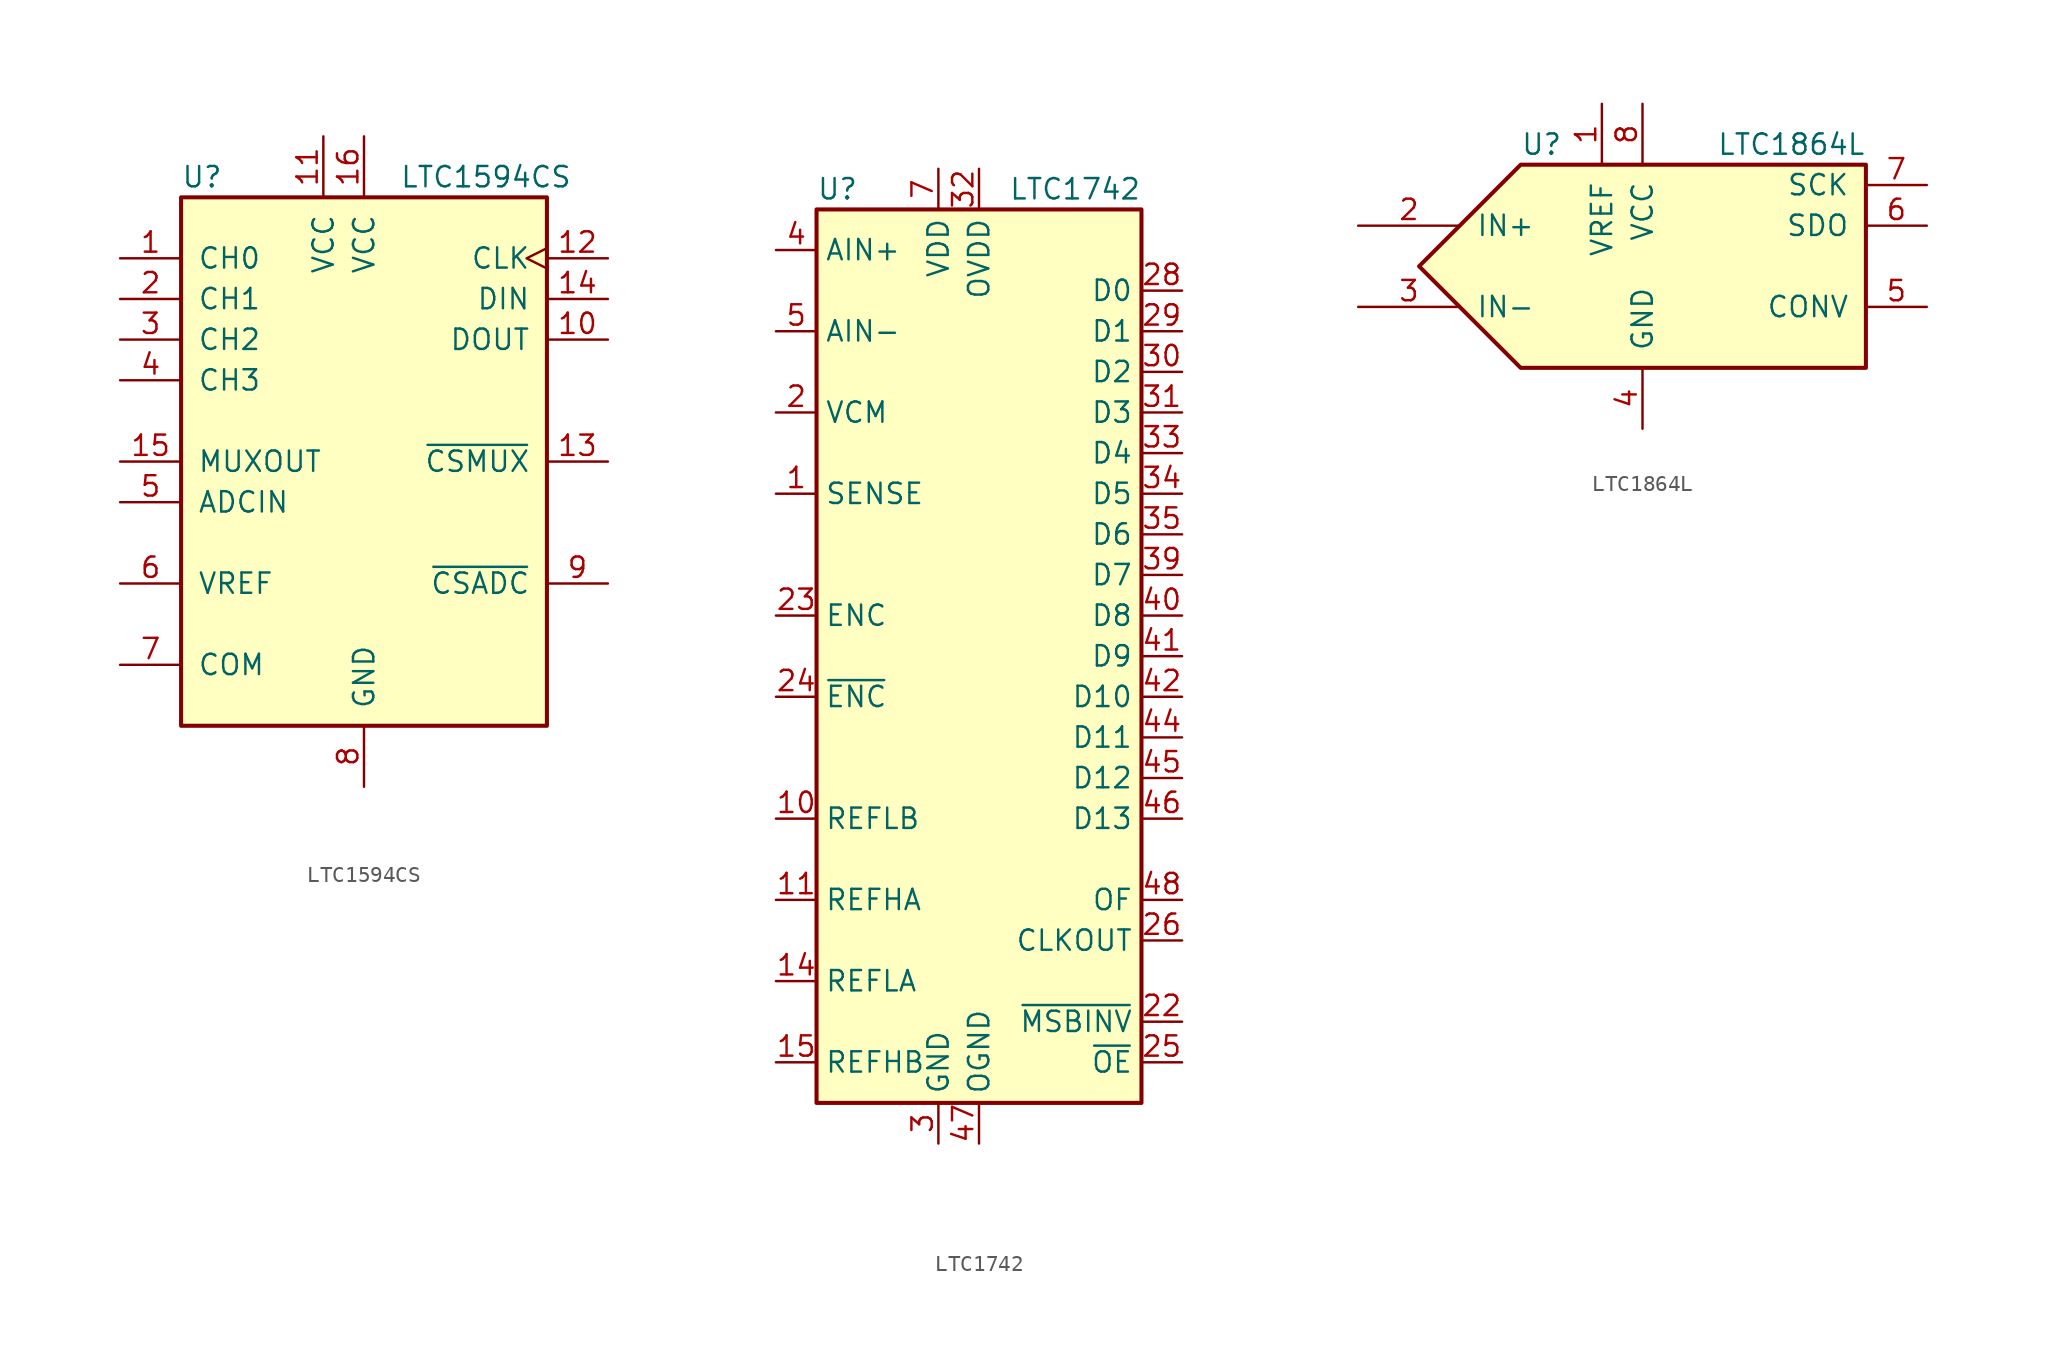
<source format=kicad_sym>
(kicad_symbol_lib
  (version 20201005)
  (generator kicad_symbol_editor)
  (symbol "LTC1594CS"
    (pin_names
      (offset 1.016))
    (property "Reference" "U"
      (at -11.43 17.78 0)
      (effects (font (size 1.27 1.27)) (justify left)))
    (property "Value" "LTC1594CS"
      (at 7.62 17.78 0)
      (effects (font (size 1.27 1.27))))
    (symbol "LTC1594CS_0_1"
      (rectangle (start -11.43 16.51) (end 11.43 -16.51) (stroke (width 0.254)) (fill (type background))))
    (symbol "LTC1594CS_1_1"
      (pin input line (at -15.24 12.7 0) (length 3.81) (name "CH0" (effects (font (size 1.27 1.27)))) (number "1" (effects (font (size 1.27 1.27)))))
      (pin output line (at 15.24 7.62 180) (length 3.81) (name "DOUT" (effects (font (size 1.27 1.27)))) (number "10" (effects (font (size 1.27 1.27)))))
      (pin power_in line (at -2.54 20.32 270) (length 3.81) (name "VCC" (effects (font (size 1.27 1.27)))) (number "11" (effects (font (size 1.27 1.27)))))
      (pin input clock (at 15.24 12.7 180) (length 3.81) (name "CLK" (effects (font (size 1.27 1.27)))) (number "12" (effects (font (size 1.27 1.27)))))
      (pin input line (at 15.24 0 180) (length 3.81) (name "~CSMUX~" (effects (font (size 1.27 1.27)))) (number "13" (effects (font (size 1.27 1.27)))))
      (pin input line (at 15.24 10.16 180) (length 3.81) (name "DIN" (effects (font (size 1.27 1.27)))) (number "14" (effects (font (size 1.27 1.27)))))
      (pin output line (at -15.24 0 0) (length 3.81) (name "MUXOUT" (effects (font (size 1.27 1.27)))) (number "15" (effects (font (size 1.27 1.27)))))
      (pin power_in line (at 0 20.32 270) (length 3.81) (name "VCC" (effects (font (size 1.27 1.27)))) (number "16" (effects (font (size 1.27 1.27)))))
      (pin input line (at -15.24 10.16 0) (length 3.81) (name "CH1" (effects (font (size 1.27 1.27)))) (number "2" (effects (font (size 1.27 1.27)))))
      (pin input line (at -15.24 7.62 0) (length 3.81) (name "CH2" (effects (font (size 1.27 1.27)))) (number "3" (effects (font (size 1.27 1.27)))))
      (pin input line (at -15.24 5.08 0) (length 3.81) (name "CH3" (effects (font (size 1.27 1.27)))) (number "4" (effects (font (size 1.27 1.27)))))
      (pin input line (at -15.24 -2.54 0) (length 3.81) (name "ADCIN" (effects (font (size 1.27 1.27)))) (number "5" (effects (font (size 1.27 1.27)))))
      (pin input line (at -15.24 -7.62 0) (length 3.81) (name "VREF" (effects (font (size 1.27 1.27)))) (number "6" (effects (font (size 1.27 1.27)))))
      (pin input line (at -15.24 -12.7 0) (length 3.81) (name "COM" (effects (font (size 1.27 1.27)))) (number "7" (effects (font (size 1.27 1.27)))))
      (pin power_in line (at 0 -20.32 90) (length 3.81) (name "GND" (effects (font (size 1.27 1.27)))) (number "8" (effects (font (size 1.27 1.27)))))
      (pin input line (at 15.24 -7.62 180) (length 3.81) (name "~CSADC~" (effects (font (size 1.27 1.27)))) (number "9" (effects (font (size 1.27 1.27)))))))
  (symbol "LTC1742"
    (property "Reference" "U"
      (at -10.16 29.21 0)
      (effects (font (size 1.27 1.27)) (justify left)))
    (property "Value" "LTC1742"
      (at 10.16 29.21 0)
      (effects (font (size 1.27 1.27)) (justify right)))
    (symbol "LTC1742_0_1"
      (rectangle (start -10.16 27.94) (end 10.16 -27.94) (stroke (width 0.254)) (fill (type background))))
    (symbol "LTC1742_1_1"
      (pin input line (at -12.7 10.16 0) (length 2.54) (name "SENSE" (effects (font (size 1.27 1.27)))) (number "1" (effects (font (size 1.27 1.27)))))
      (pin passive line (at -12.7 -10.16 0) (length 2.54) (name "REFLB" (effects (font (size 1.27 1.27)))) (number "10" (effects (font (size 1.27 1.27)))))
      (pin passive line (at -12.7 -15.24 0) (length 2.54) (name "REFHA" (effects (font (size 1.27 1.27)))) (number "11" (effects (font (size 1.27 1.27)))))
      (pin passive line (at -2.54 -30.48 90) (length 2.54) hide (name "GND" (effects (font (size 1.27 1.27)))) (number "12" (effects (font (size 1.27 1.27)))))
      (pin passive line (at -2.54 -30.48 90) (length 2.54) hide (name "GND" (effects (font (size 1.27 1.27)))) (number "13" (effects (font (size 1.27 1.27)))))
      (pin passive line (at -12.7 -20.32 0) (length 2.54) (name "REFLA" (effects (font (size 1.27 1.27)))) (number "14" (effects (font (size 1.27 1.27)))))
      (pin passive line (at -12.7 -25.4 0) (length 2.54) (name "REFHB" (effects (font (size 1.27 1.27)))) (number "15" (effects (font (size 1.27 1.27)))))
      (pin passive line (at -2.54 -30.48 90) (length 2.54) hide (name "GND" (effects (font (size 1.27 1.27)))) (number "16" (effects (font (size 1.27 1.27)))))
      (pin passive line (at -2.54 30.48 270) (length 2.54) hide (name "VDD" (effects (font (size 1.27 1.27)))) (number "17" (effects (font (size 1.27 1.27)))))
      (pin passive line (at -2.54 30.48 270) (length 2.54) hide (name "VDD" (effects (font (size 1.27 1.27)))) (number "18" (effects (font (size 1.27 1.27)))))
      (pin passive line (at -2.54 -30.48 90) (length 2.54) hide (name "GND" (effects (font (size 1.27 1.27)))) (number "19" (effects (font (size 1.27 1.27)))))
      (pin output line (at -12.7 15.24 0) (length 2.54) (name "VCM" (effects (font (size 1.27 1.27)))) (number "2" (effects (font (size 1.27 1.27)))))
      (pin passive line (at -2.54 30.48 270) (length 2.54) hide (name "VDD" (effects (font (size 1.27 1.27)))) (number "20" (effects (font (size 1.27 1.27)))))
      (pin passive line (at -2.54 -30.48 90) (length 2.54) hide (name "GND" (effects (font (size 1.27 1.27)))) (number "21" (effects (font (size 1.27 1.27)))))
      (pin input line (at 12.7 -22.86 180) (length 2.54) (name "~MSBINV" (effects (font (size 1.27 1.27)))) (number "22" (effects (font (size 1.27 1.27)))))
      (pin input line (at -12.7 2.54 0) (length 2.54) (name "ENC" (effects (font (size 1.27 1.27)))) (number "23" (effects (font (size 1.27 1.27)))))
      (pin input line (at -12.7 -2.54 0) (length 2.54) (name "~ENC" (effects (font (size 1.27 1.27)))) (number "24" (effects (font (size 1.27 1.27)))))
      (pin input line (at 12.7 -25.4 180) (length 2.54) (name "~OE" (effects (font (size 1.27 1.27)))) (number "25" (effects (font (size 1.27 1.27)))))
      (pin output line (at 12.7 -17.78 180) (length 2.54) (name "CLKOUT" (effects (font (size 1.27 1.27)))) (number "26" (effects (font (size 1.27 1.27)))))
      (pin passive line (at 0 -30.48 90) (length 2.54) hide (name "OGND" (effects (font (size 1.27 1.27)))) (number "27" (effects (font (size 1.27 1.27)))))
      (pin output line (at 12.7 22.86 180) (length 2.54) (name "D0" (effects (font (size 1.27 1.27)))) (number "28" (effects (font (size 1.27 1.27)))))
      (pin output line (at 12.7 20.32 180) (length 2.54) (name "D1" (effects (font (size 1.27 1.27)))) (number "29" (effects (font (size 1.27 1.27)))))
      (pin power_in line (at -2.54 -30.48 90) (length 2.54) (name "GND" (effects (font (size 1.27 1.27)))) (number "3" (effects (font (size 1.27 1.27)))))
      (pin output line (at 12.7 17.78 180) (length 2.54) (name "D2" (effects (font (size 1.27 1.27)))) (number "30" (effects (font (size 1.27 1.27)))))
      (pin output line (at 12.7 15.24 180) (length 2.54) (name "D3" (effects (font (size 1.27 1.27)))) (number "31" (effects (font (size 1.27 1.27)))))
      (pin power_in line (at 0 30.48 270) (length 2.54) (name "OVDD" (effects (font (size 1.27 1.27)))) (number "32" (effects (font (size 1.27 1.27)))))
      (pin output line (at 12.7 12.7 180) (length 2.54) (name "D4" (effects (font (size 1.27 1.27)))) (number "33" (effects (font (size 1.27 1.27)))))
      (pin output line (at 12.7 10.16 180) (length 2.54) (name "D5" (effects (font (size 1.27 1.27)))) (number "34" (effects (font (size 1.27 1.27)))))
      (pin output line (at 12.7 7.62 180) (length 2.54) (name "D6" (effects (font (size 1.27 1.27)))) (number "35" (effects (font (size 1.27 1.27)))))
      (pin passive line (at -2.54 -30.48 90) (length 2.54) hide (name "GND" (effects (font (size 1.27 1.27)))) (number "36" (effects (font (size 1.27 1.27)))))
      (pin passive line (at -2.54 -30.48 90) (length 2.54) hide (name "GND" (effects (font (size 1.27 1.27)))) (number "37" (effects (font (size 1.27 1.27)))))
      (pin passive line (at 0 -30.48 90) (length 2.54) hide (name "OGND" (effects (font (size 1.27 1.27)))) (number "38" (effects (font (size 1.27 1.27)))))
      (pin output line (at 12.7 5.08 180) (length 2.54) (name "D7" (effects (font (size 1.27 1.27)))) (number "39" (effects (font (size 1.27 1.27)))))
      (pin input line (at -12.7 25.4 0) (length 2.54) (name "AIN+" (effects (font (size 1.27 1.27)))) (number "4" (effects (font (size 1.27 1.27)))))
      (pin output line (at 12.7 2.54 180) (length 2.54) (name "D8" (effects (font (size 1.27 1.27)))) (number "40" (effects (font (size 1.27 1.27)))))
      (pin output line (at 12.7 0 180) (length 2.54) (name "D9" (effects (font (size 1.27 1.27)))) (number "41" (effects (font (size 1.27 1.27)))))
      (pin output line (at 12.7 -2.54 180) (length 2.54) (name "D10" (effects (font (size 1.27 1.27)))) (number "42" (effects (font (size 1.27 1.27)))))
      (pin passive line (at 0 30.48 270) (length 2.54) hide (name "OVDD" (effects (font (size 1.27 1.27)))) (number "43" (effects (font (size 1.27 1.27)))))
      (pin output line (at 12.7 -5.08 180) (length 2.54) (name "D11" (effects (font (size 1.27 1.27)))) (number "44" (effects (font (size 1.27 1.27)))))
      (pin output line (at 12.7 -7.62 180) (length 2.54) (name "D12" (effects (font (size 1.27 1.27)))) (number "45" (effects (font (size 1.27 1.27)))))
      (pin output line (at 12.7 -10.16 180) (length 2.54) (name "D13" (effects (font (size 1.27 1.27)))) (number "46" (effects (font (size 1.27 1.27)))))
      (pin power_in line (at 0 -30.48 90) (length 2.54) (name "OGND" (effects (font (size 1.27 1.27)))) (number "47" (effects (font (size 1.27 1.27)))))
      (pin output line (at 12.7 -15.24 180) (length 2.54) (name "OF" (effects (font (size 1.27 1.27)))) (number "48" (effects (font (size 1.27 1.27)))))
      (pin input line (at -12.7 20.32 0) (length 2.54) (name "AIN-" (effects (font (size 1.27 1.27)))) (number "5" (effects (font (size 1.27 1.27)))))
      (pin passive line (at -2.54 -30.48 90) (length 2.54) hide (name "GND" (effects (font (size 1.27 1.27)))) (number "6" (effects (font (size 1.27 1.27)))))
      (pin power_in line (at -2.54 30.48 270) (length 2.54) (name "VDD" (effects (font (size 1.27 1.27)))) (number "7" (effects (font (size 1.27 1.27)))))
      (pin passive line (at -2.54 30.48 270) (length 2.54) hide (name "VDD" (effects (font (size 1.27 1.27)))) (number "8" (effects (font (size 1.27 1.27)))))
      (pin passive line (at -2.54 -30.48 90) (length 2.54) hide (name "GND" (effects (font (size 1.27 1.27)))) (number "9" (effects (font (size 1.27 1.27)))))))
  (symbol "LTC1864L"
    (pin_names
      (offset 1.016))
    (property "Reference" "U"
      (at -10.16 7.62 0)
      (effects (font (size 1.27 1.27)) (justify left)))
    (property "Value" "LTC1864L"
      (at 11.43 7.62 0)
      (effects (font (size 1.27 1.27)) (justify right)))
    (symbol "LTC1864L_0_1"
      (polyline (pts (xy 11.43 6.35) (xy -10.16 6.35) (xy -16.51 0) (xy -10.16 -6.35) (xy 11.43 -6.35) (xy 11.43 6.35)) (stroke (width 0.254)) (fill (type background))))
    (symbol "LTC1864L_1_1"
      (pin input line (at -5.08 10.16 270) (length 3.81) (name "VREF" (effects (font (size 1.27 1.27)))) (number "1" (effects (font (size 1.27 1.27)))))
      (pin input line (at -20.32 2.54 0) (length 6.35) (name "IN+" (effects (font (size 1.27 1.27)))) (number "2" (effects (font (size 1.27 1.27)))))
      (pin input line (at -20.32 -2.54 0) (length 6.35) (name "IN-" (effects (font (size 1.27 1.27)))) (number "3" (effects (font (size 1.27 1.27)))))
      (pin power_in line (at -2.54 -10.16 90) (length 3.81) (name "GND" (effects (font (size 1.27 1.27)))) (number "4" (effects (font (size 1.27 1.27)))))
      (pin input line (at 15.24 -2.54 180) (length 3.81) (name "CONV" (effects (font (size 1.27 1.27)))) (number "5" (effects (font (size 1.27 1.27)))))
      (pin output line (at 15.24 2.54 180) (length 3.81) (name "SDO" (effects (font (size 1.27 1.27)))) (number "6" (effects (font (size 1.27 1.27)))))
      (pin input line (at 15.24 5.08 180) (length 3.81) (name "SCK" (effects (font (size 1.27 1.27)))) (number "7" (effects (font (size 1.27 1.27)))))
      (pin power_in line (at -2.54 10.16 270) (length 3.81) (name "VCC" (effects (font (size 1.27 1.27)))) (number "8" (effects (font (size 1.27 1.27))))))))
</source>
